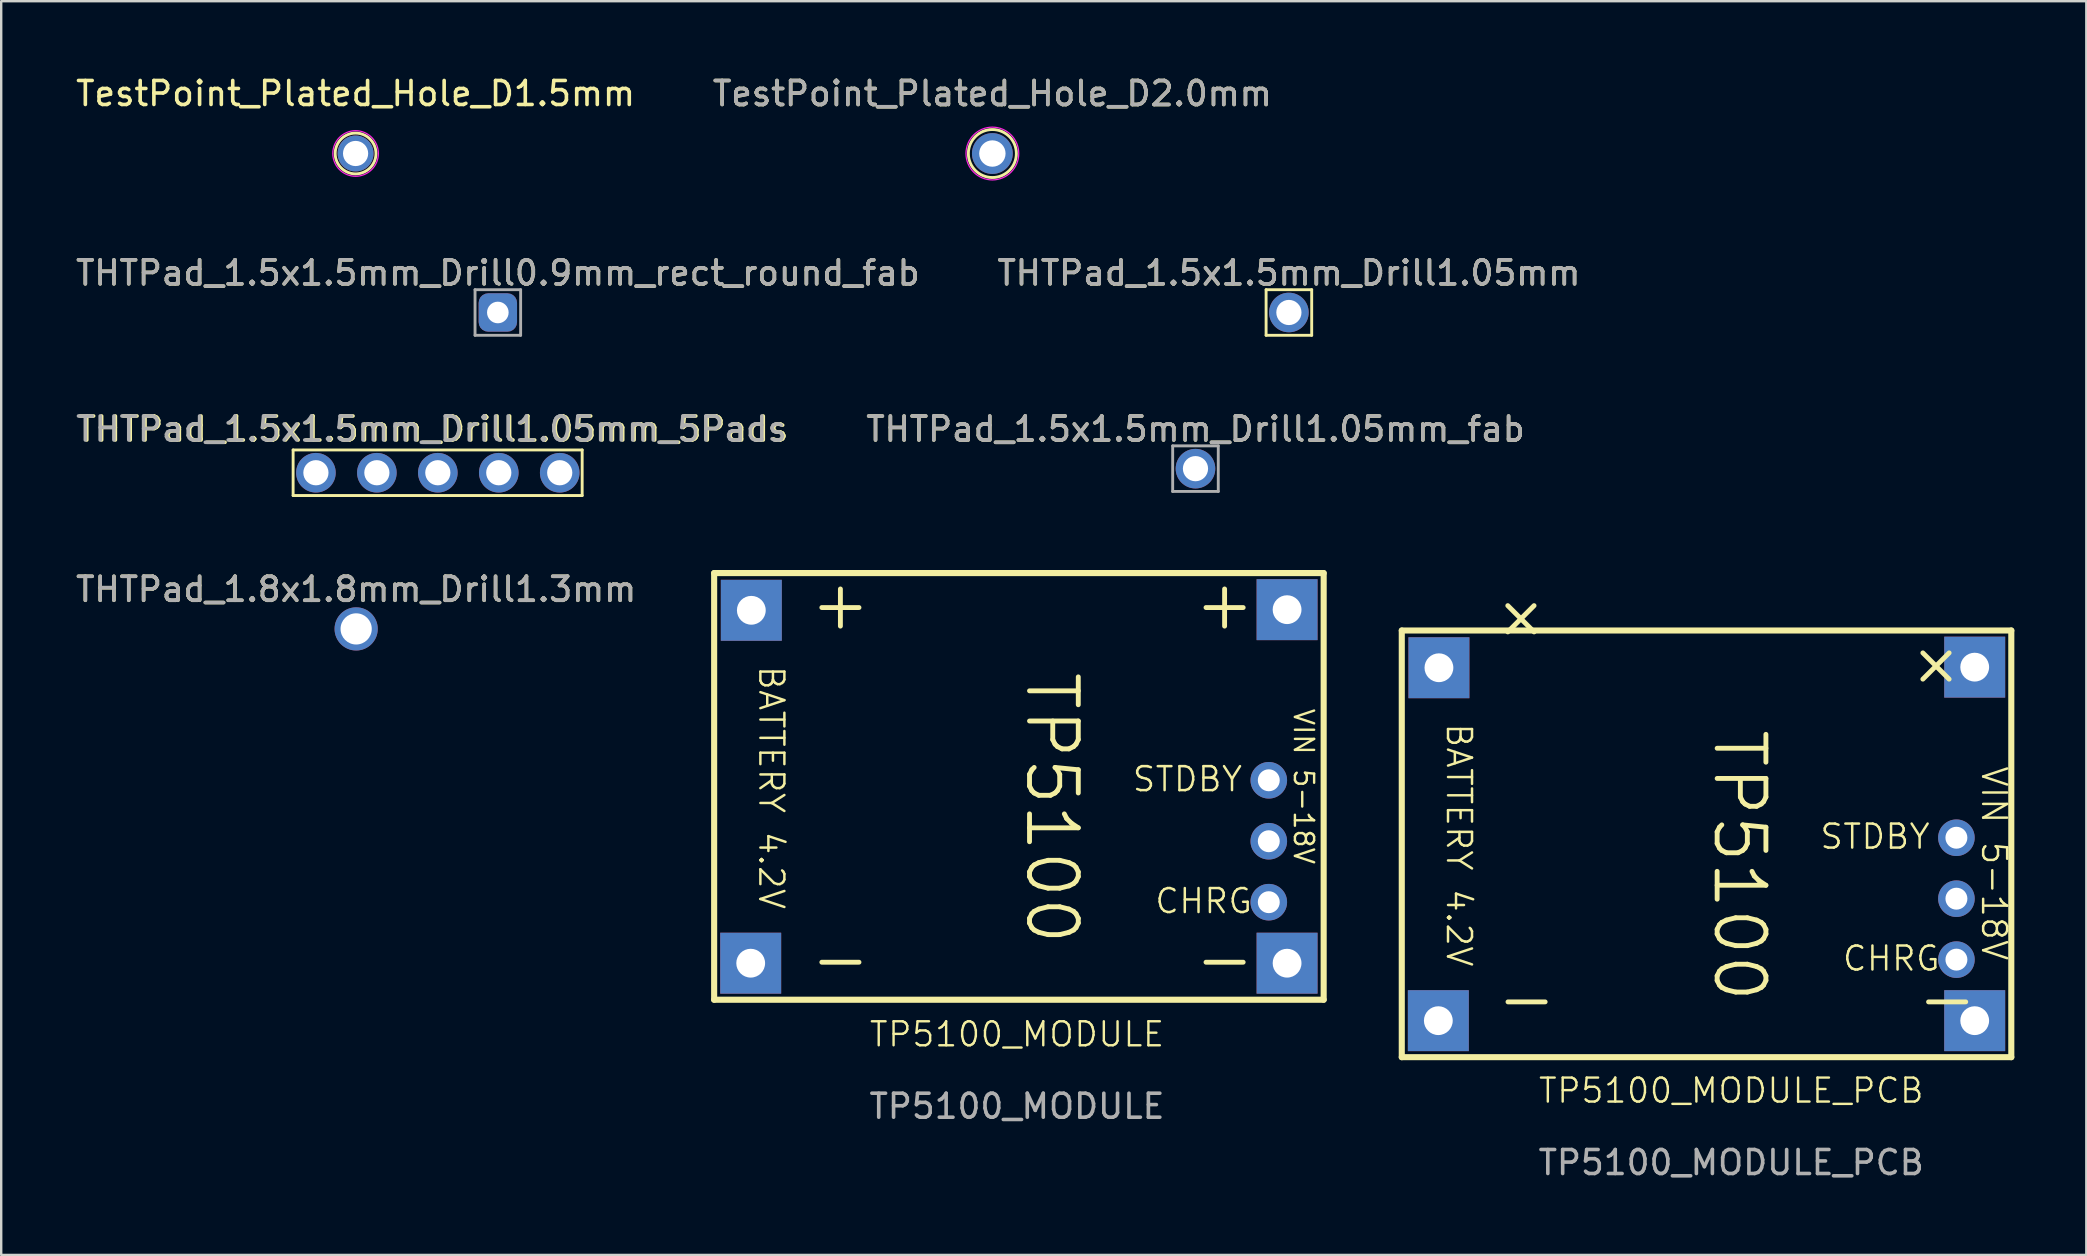
<source format=kicad_pcb>
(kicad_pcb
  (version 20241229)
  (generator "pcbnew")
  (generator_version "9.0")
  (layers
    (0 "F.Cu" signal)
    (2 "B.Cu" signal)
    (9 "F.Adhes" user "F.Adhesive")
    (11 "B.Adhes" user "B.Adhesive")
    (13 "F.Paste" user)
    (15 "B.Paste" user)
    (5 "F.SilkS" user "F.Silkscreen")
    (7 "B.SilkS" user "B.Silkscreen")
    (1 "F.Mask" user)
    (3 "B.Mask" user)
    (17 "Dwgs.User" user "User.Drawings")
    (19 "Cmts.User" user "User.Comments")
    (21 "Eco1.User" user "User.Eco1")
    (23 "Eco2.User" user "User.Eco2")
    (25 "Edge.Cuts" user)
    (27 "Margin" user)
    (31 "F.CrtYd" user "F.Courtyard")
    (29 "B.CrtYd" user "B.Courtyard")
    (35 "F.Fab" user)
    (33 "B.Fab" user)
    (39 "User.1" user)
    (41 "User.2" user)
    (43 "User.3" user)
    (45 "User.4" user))
  (footprint "TestPoint_Plated_Hole_D1.5mm"
    (layer "F.Cu")
    (at 11.768 3.346)
    (property "Reference" "TestPoint_Plated_Hole_D1.5mm" (at 0 -2.498 0) (layer "F.SilkS") (effects (font (size 1 1) (thickness 0.15))))
    (attr exclude_from_pos_files exclude_from_bom)
    (fp_circle (center 0 0) (end 0.85 0) (stroke (width 0.12) (type solid)) (fill no) (layer "F.SilkS"))
    (fp_circle (center 0 0) (end 0.95 0) (stroke (width 0.05) (type solid)) (fill no) (layer "F.CrtYd"))
    (pad "1" thru_hole circle (at 0 0) (size 1.5 1.5) (drill 1.05) (layers "*.Cu" "*.Mask")))
  (footprint "TP5100_MODULE"
    (layer "F.Cu")
    (at 39.49 29.961)
    (property "Reference" "TP5100_MODULE" (at -0.16 10.09 0) (unlocked yes) (layer "F.SilkS") (effects (font (size 1 1) (thickness 0.1))))
    (attr through_hole)
    (fp_line (start -12.78 -9.13) (end 12.62 -9.13) (stroke (width 0.254) (type solid)) (layer "F.SilkS"))
    (fp_line (start -12.78 8.65) (end -12.78 -9.13) (stroke (width 0.254) (type solid)) (layer "F.SilkS"))
    (fp_line (start -12.78 8.65) (end 12.62 8.65) (stroke (width 0.254) (type solid)) (layer "F.SilkS"))
    (fp_line (start 12.62 8.65) (end 12.62 -9.13) (stroke (width 0.254) (type solid)) (layer "F.SilkS"))
    (fp_text user "VIN 5-18V" (at 11.319 -3.543 270) (unlocked yes) (layer "F.SilkS") (effects (font (size 0.8 0.8) (thickness 0.1)) (justify left bottom)))
    (fp_text user "BATTERY 4.2V" (at -10.981 -5.331 270) (unlocked yes) (layer "F.SilkS") (effects (font (size 1 1) (thickness 0.103)) (justify left bottom)))
    (fp_text user "STDBY" (at 4.59 0.043 0) (unlocked yes) (layer "F.SilkS") (effects (font (size 1 1) (thickness 0.103)) (justify left bottom)))
    (fp_text user "-" (at 7.1 8.12 0) (unlocked yes) (layer "F.SilkS") (effects (font (size 2.032 2.032) (thickness 0.203)) (justify left bottom)))
    (fp_text user "+" (at -8.91 -6.66 0) (unlocked yes) (layer "F.SilkS") (effects (font (size 2.032 2.032) (thickness 0.203)) (justify left bottom)))
    (fp_text user "CHRG" (at 5.527 5.123 0) (unlocked yes) (layer "F.SilkS") (effects (font (size 1 1) (thickness 0.103)) (justify left bottom)))
    (fp_text user "-" (at -8.91 8.12 0) (unlocked yes) (layer "F.SilkS") (effects (font (size 2.032 2.032) (thickness 0.203)) (justify left bottom)))
    (fp_text user "TP5100" (at 0.103 -5.131 270) (unlocked yes) (layer "F.SilkS") (effects (font (size 2.032 2.032) (thickness 0.203)) (justify left bottom)))
    (fp_text user "+" (at 7.1 -6.66 0) (unlocked yes) (layer "F.SilkS") (effects (font (size 2.032 2.032) (thickness 0.203)) (justify left bottom)))
    (fp_text user "${REFERENCE}" (at -0.16 13.09 0) (unlocked yes) (layer "F.Fab") (effects (font (size 1 1) (thickness 0.15))))
    (pad "B+" thru_hole rect (at -11.231 -7.579 270) (size 2.54 2.54) (drill 1.2) (layers "*.Cu" "*.Mask"))
    (pad "B-" thru_hole rect (at -11.257 7.127 270) (size 2.54 2.54) (drill 1.2) (layers "*.Cu" "*.Mask"))
    (pad "CHRG" thru_hole circle (at 10.333 4.585 270) (size 1.524 1.524) (drill 0.914) (layers "*.Cu" "*.Mask"))
    (pad "GND" thru_hole rect (at 11.095 7.127 270) (size 2.54 2.54) (drill 1.2) (layers "*.Cu" "*.Mask"))
    (pad "STDBY" thru_hole circle (at 10.333 -0.495 270) (size 1.524 1.524) (drill 0.914) (layers "*.Cu" "*.Mask"))
    (pad "VCC" thru_hole rect (at 11.095 -7.605 270) (size 2.54 2.54) (drill 1.2) (layers "*.Cu" "*.Mask"))
    (pad "VCC_1" thru_hole circle (at 10.333 2.045 270) (size 1.524 1.524) (drill 0.914) (layers "*.Cu" "*.Mask")))
  (footprint "THTPad_1.5x1.5mm_Drill1.05mm"
    (layer "F.Cu")
    (at 50.661 9.972)
    (property "Reference" "THTPad_1.5x1.5mm_Drill1.05mm" (at 0 -1.648 0) (layer "F.SilkS") (effects (font (size 1 1) (thickness 0.15))))
    (attr exclude_from_pos_files exclude_from_bom)
    (fp_line (start -0.95 -0.95) (end 0.95 -0.95) (stroke (width 0.12) (type solid)) (layer "F.SilkS"))
    (fp_line (start -0.95 0.95) (end -0.95 -0.95) (stroke (width 0.12) (type solid)) (layer "F.SilkS"))
    (fp_line (start 0.95 -0.95) (end 0.95 0.95) (stroke (width 0.12) (type solid)) (layer "F.SilkS"))
    (fp_line (start 0.95 0.95) (end -0.95 0.95) (stroke (width 0.12) (type solid)) (layer "F.SilkS"))
    (fp_text user "${REFERENCE}" (at 0 -1.65 0) (layer "F.Fab") (effects (font (size 1 1) (thickness 0.15))))
    (pad "1" thru_hole circle (at 0 0) (size 1.65 1.65) (drill 1.05) (layers "*.Cu" "*.Mask")))
  (footprint "THTPad_1.5x1.5mm_Drill1.05mm_5Pads"
    (layer "F.Cu")
    (at 10.115 16.65)
    (property "Reference" "THTPad_1.5x1.5mm_Drill1.05mm_5Pads" (at 4.88 -1.82 0) (layer "F.SilkS") (effects (font (size 1 1) (thickness 0.15))))
    (attr exclude_from_pos_files exclude_from_bom)
    (fp_line (start -0.95 -0.95) (end 11.095 -0.95) (stroke (width 0.12) (type solid)) (layer "F.SilkS"))
    (fp_line (start -0.95 0.95) (end -0.95 -0.95) (stroke (width 0.12) (type solid)) (layer "F.SilkS"))
    (fp_line (start 11.095 -0.95) (end 11.095 0.95) (stroke (width 0.12) (type solid)) (layer "F.SilkS"))
    (fp_line (start 11.095 0.95) (end -0.95 0.95) (stroke (width 0.12) (type solid)) (layer "F.SilkS"))
    (fp_text user "${REFERENCE}" (at 4.82 -1.82 0) (layer "F.Fab") (effects (font (size 1 1) (thickness 0.15))))
    (pad "1" thru_hole circle (at 0 0) (size 1.65 1.65) (drill 1.05) (layers "*.Cu" "*.Mask"))
    (pad "2" thru_hole circle (at 2.54 0) (size 1.65 1.65) (drill 1.05) (layers "*.Cu" "*.Mask"))
    (pad "3" thru_hole circle (at 5.08 0) (size 1.65 1.65) (drill 1.05) (layers "*.Cu" "*.Mask"))
    (pad "4" thru_hole circle (at 7.62 0) (size 1.65 1.65) (drill 1.05) (layers "*.Cu" "*.Mask"))
    (pad "5" thru_hole circle (at 10.16 0) (size 1.65 1.65) (drill 1.05) (layers "*.Cu" "*.Mask")))
  (footprint "TestPoint_Plated_Hole_D2.0mm"
    (layer "F.Cu")
    (at 38.304 3.348)
    (property "Reference" "TestPoint_Plated_Hole_D2.0mm" (at 0 -2.498 0) (layer "F.SilkS") (effects (font (size 1 1) (thickness 0.15))))
    (attr exclude_from_pos_files exclude_from_bom)
    (fp_circle (center 0 0) (end 1 0) (stroke (width 0.12) (type solid)) (fill no) (layer "F.SilkS"))
    (fp_circle (center 0 0) (end 1.1 0) (stroke (width 0.05) (type solid)) (fill no) (layer "F.CrtYd"))
    (fp_text user "${REFERENCE}" (at 0 -2.5 0) (layer "F.Fab") (effects (font (size 1 1) (thickness 0.15))))
    (pad "1" thru_hole circle (at 0 0) (size 1.7 1.7) (drill 1.1) (layers "*.Cu" "*.Mask")))
  (footprint "THTPad_1.8x1.8mm_Drill1.3mm"
    (layer "F.Cu")
    (at 11.792 23.158)
    (property "Reference" "THTPad_1.8x1.8mm_Drill1.3mm" (at 0 -1.648 0) (layer "F.SilkS") (effects (font (size 1 1) (thickness 0.15))))
    (attr exclude_from_pos_files exclude_from_bom)
    (fp_text user "${REFERENCE}" (at 0 -1.65 0) (layer "F.Fab") (effects (font (size 1 1) (thickness 0.15))))
    (pad "1" thru_hole circle (at 0 0) (size 1.8 1.8) (drill 1.3) (layers "*.Cu" "*.Mask")))
  (footprint "THTPad_1.5x1.5mm_Drill1.05mm_fab"
    (layer "F.Cu")
    (at 46.768 16.48)
    (property "Reference" "THTPad_1.5x1.5mm_Drill1.05mm_fab" (at 0 -1.648 180) (layer "F.SilkS") (effects (font (size 1 1) (thickness 0.15))))
    (attr exclude_from_pos_files exclude_from_bom)
    (fp_line (start -0.95 -0.95) (end 0.95 -0.95) (stroke (width 0.12) (type solid)) (layer "F.Fab"))
    (fp_line (start -0.95 0.95) (end -0.95 -0.95) (stroke (width 0.12) (type solid)) (layer "F.Fab"))
    (fp_line (start 0.95 -0.95) (end 0.95 0.95) (stroke (width 0.12) (type solid)) (layer "F.Fab"))
    (fp_line (start 0.95 0.95) (end -0.95 0.95) (stroke (width 0.12) (type solid)) (layer "F.Fab"))
    (fp_text user "${REFERENCE}" (at 0 -1.65 0) (layer "F.Fab") (effects (font (size 1 1) (thickness 0.15))))
    (pad "1" thru_hole circle (at 0 0) (size 1.65 1.65) (drill 1.05) (layers "*.Cu" "*.Mask")))
  (footprint "TP5100_MODULE_PCB"
    (layer "F.Cu")
    (at 69.144 31.537)
    (property "Reference" "TP5100_MODULE_PCB" (at -0.05 10.86 0) (unlocked yes) (layer "F.SilkS") (effects (font (size 1 1) (thickness 0.1))))
    (attr through_hole)
    (fp_line (start -13.779 -8.312) (end 11.621 -8.312) (stroke (width 0.254) (type solid)) (layer "F.SilkS"))
    (fp_line (start -13.779 9.468) (end -13.779 -8.312) (stroke (width 0.254) (type solid)) (layer "F.SilkS"))
    (fp_line (start -13.779 9.468) (end 11.621 9.468) (stroke (width 0.254) (type solid)) (layer "F.SilkS"))
    (fp_line (start 11.621 9.468) (end 11.621 -8.312) (stroke (width 0.254) (type solid)) (layer "F.SilkS"))
    (fp_line (start 0 0.05) (end 0.001 0.049) (stroke (width 0.003) (type solid)) (layer "Eco1.User"))
    (fp_text user "+" (at -9.067 -7.087 45) (unlocked yes) (layer "F.SilkS") (effects (font (size 2.032 2.032) (thickness 0.203)) (justify left bottom)))
    (fp_text user "STDBY" (at 3.59 0.861 0) (unlocked yes) (layer "F.SilkS") (effects (font (size 1 1) (thickness 0.103)) (justify left bottom)))
    (fp_text user "+" (at 6.768 -7.086 315) (unlocked yes) (layer "F.SilkS") (effects (font (size 2.032 2.032) (thickness 0.203)) (justify left bottom)))
    (fp_text user "-" (at 7.556 8.197 0) (unlocked yes) (layer "F.SilkS") (effects (font (size 2.032 2.032) (thickness 0.203)) (justify left bottom)))
    (fp_text user "VIN 5-18V" (at 10.32 -2.725 270) (unlocked yes) (layer "F.SilkS") (effects (font (size 1 1) (thickness 0.103)) (justify left bottom)))
    (fp_text user "TP5100" (at -0.896 -4.313 270) (unlocked yes) (layer "F.SilkS") (effects (font (size 2.032 2.032) (thickness 0.203)) (justify left bottom)))
    (fp_text user "BATTERY 4.2V" (at -11.98 -4.513 270) (unlocked yes) (layer "F.SilkS") (effects (font (size 1 1) (thickness 0.103)) (justify left bottom)))
    (fp_text user "-" (at -9.97 8.197 0) (unlocked yes) (layer "F.SilkS") (effects (font (size 2.032 2.032) (thickness 0.203)) (justify left bottom)))
    (fp_text user "CHRG" (at 4.528 5.941 0) (unlocked yes) (layer "F.SilkS") (effects (font (size 1 1) (thickness 0.103)) (justify left bottom)))
    (fp_text user "${REFERENCE}" (at -0.05 13.86 0) (unlocked yes) (layer "F.Fab") (effects (font (size 1 1) (thickness 0.15))))
    (pad "B+" thru_hole rect (at -12.231 -6.761 270) (size 2.54 2.54) (drill 1.2) (layers "*.Cu" "*.Mask"))
    (pad "B-" thru_hole rect (at -12.256 7.946 270) (size 2.54 2.54) (drill 1.2) (layers "*.Cu" "*.Mask"))
    (pad "CHRG" thru_hole circle (at 9.334 5.403 270) (size 1.524 1.524) (drill 0.914) (layers "*.Cu" "*.Mask"))
    (pad "GND" thru_hole rect (at 10.096 7.946 270) (size 2.54 2.54) (drill 1.2) (layers "*.Cu" "*.Mask"))
    (pad "STDBY" thru_hole circle (at 9.333 0.323 270) (size 1.524 1.524) (drill 0.914) (layers "*.Cu" "*.Mask"))
    (pad "VCC" thru_hole rect (at 10.096 -6.786 270) (size 2.54 2.54) (drill 1.2) (layers "*.Cu" "*.Mask"))
    (pad "VCC_1" thru_hole circle (at 9.334 2.863 270) (size 1.524 1.524) (drill 0.914) (layers "*.Cu" "*.Mask")))
  (footprint "THTPad_1.5x1.5mm_Drill0.9mm_rect_round_fab"
    (layer "F.Cu")
    (at 17.696 9.972)
    (property "Reference" "THTPad_1.5x1.5mm_Drill0.9mm_rect_round_fab" (at 0 -1.648 180) (layer "F.SilkS") (effects (font (size 1 1) (thickness 0.15))))
    (attr exclude_from_pos_files exclude_from_bom)
    (fp_line (start -0.95 -0.95) (end 0.95 -0.95) (stroke (width 0.12) (type solid)) (layer "F.Fab"))
    (fp_line (start -0.95 0.95) (end -0.95 -0.95) (stroke (width 0.12) (type solid)) (layer "F.Fab"))
    (fp_line (start 0.95 -0.95) (end 0.95 0.95) (stroke (width 0.12) (type solid)) (layer "F.Fab"))
    (fp_line (start 0.95 0.95) (end -0.95 0.95) (stroke (width 0.12) (type solid)) (layer "F.Fab"))
    (fp_text user "${REFERENCE}" (at 0 -1.65 0) (layer "F.Fab") (effects (font (size 1 1) (thickness 0.15))))
    (pad "1" thru_hole roundrect (at 0 0) (size 1.6 1.6) (drill 0.9) (layers "*.Cu" "*.Mask") (roundrect_rratio 0.25)))
  (gr_rect
    (start -3 -3)
    (end 83.891 49.245)
    (stroke (width 0.1) (type default))
    (fill no)
    (layer "Edge.Cuts")))
</source>
